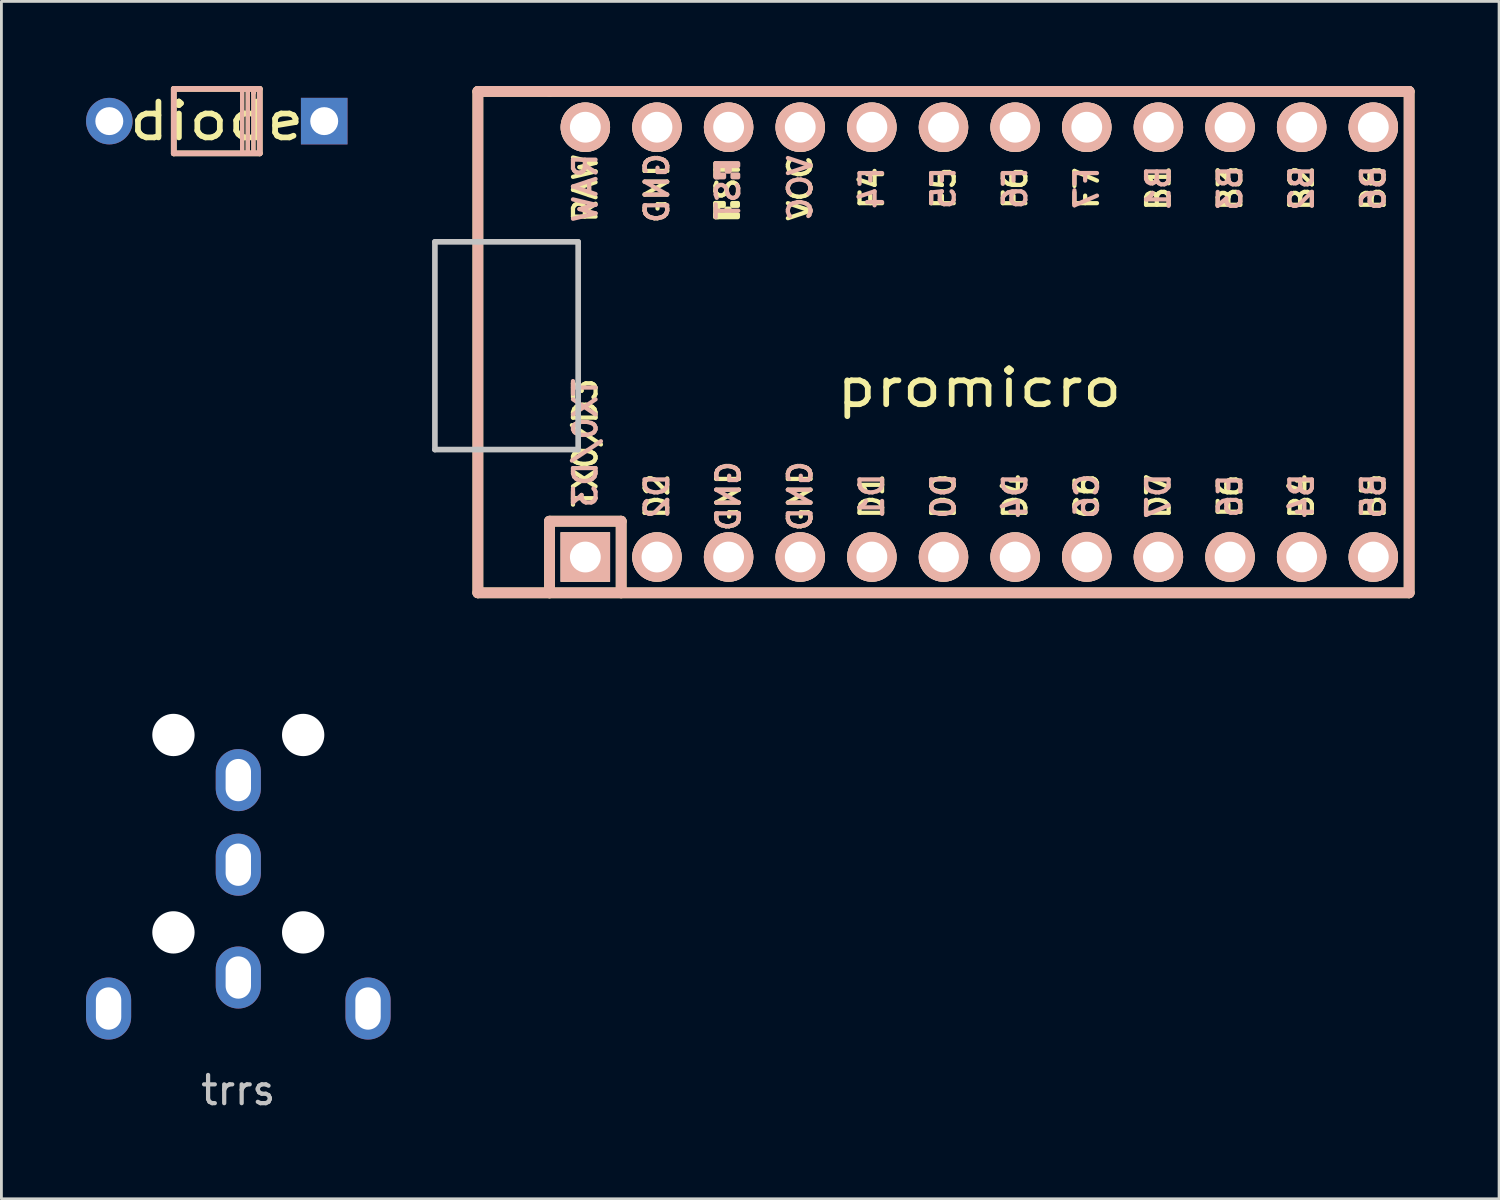
<source format=kicad_pcb>
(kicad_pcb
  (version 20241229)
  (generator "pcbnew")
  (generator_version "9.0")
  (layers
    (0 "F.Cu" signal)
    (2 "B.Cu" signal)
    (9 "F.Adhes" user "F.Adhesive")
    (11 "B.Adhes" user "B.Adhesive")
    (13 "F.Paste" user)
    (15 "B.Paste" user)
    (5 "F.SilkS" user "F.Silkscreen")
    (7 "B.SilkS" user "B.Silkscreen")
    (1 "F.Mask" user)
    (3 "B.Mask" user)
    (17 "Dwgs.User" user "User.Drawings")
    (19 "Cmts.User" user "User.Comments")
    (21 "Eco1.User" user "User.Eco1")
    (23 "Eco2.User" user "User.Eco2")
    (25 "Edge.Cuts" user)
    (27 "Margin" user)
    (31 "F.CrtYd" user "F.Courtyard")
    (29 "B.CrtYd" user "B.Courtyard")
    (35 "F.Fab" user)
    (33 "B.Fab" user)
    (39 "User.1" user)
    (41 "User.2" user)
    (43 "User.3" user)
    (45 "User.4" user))
  (footprint "diode"
    (layer "F.Cu")
    (at 4.636 1.245)
    (property "Reference" "diode" (at 0 0 0) (layer "F.SilkS") (effects (font (size 1.27 1.524) (thickness 0.203))))
    (attr through_hole)
    (fp_line (start -1.524 -1.143) (end 1.524 -1.143) (stroke (width 0.203) (type solid)) (layer "F.SilkS"))
    (fp_line (start -1.524 1.143) (end -1.524 -1.143) (stroke (width 0.203) (type solid)) (layer "F.SilkS"))
    (fp_line (start 0.9 1.1) (end 0.9 -1.1) (stroke (width 0.15) (type solid)) (layer "F.SilkS"))
    (fp_line (start 1.1 -1.1) (end 1.1 1.1) (stroke (width 0.15) (type solid)) (layer "F.SilkS"))
    (fp_line (start 1.3 -1.1) (end 1.3 -1) (stroke (width 0.15) (type solid)) (layer "F.SilkS"))
    (fp_line (start 1.3 -1) (end 1.3 -1.1) (stroke (width 0.15) (type solid)) (layer "F.SilkS"))
    (fp_line (start 1.3 1.1) (end 1.3 -1) (stroke (width 0.15) (type solid)) (layer "F.SilkS"))
    (fp_line (start 1.524 -1.143) (end 1.524 1.143) (stroke (width 0.203) (type solid)) (layer "F.SilkS"))
    (fp_line (start 1.524 1.143) (end -1.524 1.143) (stroke (width 0.203) (type solid)) (layer "F.SilkS"))
    (fp_line (start -1.524 -1.143) (end 1.524 -1.143) (stroke (width 0.203) (type solid)) (layer "B.SilkS"))
    (fp_line (start -1.524 1.143) (end -1.524 -1.143) (stroke (width 0.203) (type solid)) (layer "B.SilkS"))
    (fp_line (start 0.9 1.1) (end 0.9 -1.1) (stroke (width 0.15) (type solid)) (layer "B.SilkS"))
    (fp_line (start 1.1 -1.1) (end 1.1 1.1) (stroke (width 0.15) (type solid)) (layer "B.SilkS"))
    (fp_line (start 1.3 -1.1) (end 1.3 -1) (stroke (width 0.15) (type solid)) (layer "B.SilkS"))
    (fp_line (start 1.3 -1) (end 1.3 -1.1) (stroke (width 0.15) (type solid)) (layer "B.SilkS"))
    (fp_line (start 1.3 1.1) (end 1.3 -1) (stroke (width 0.15) (type solid)) (layer "B.SilkS"))
    (fp_line (start 1.524 -1.143) (end 1.524 1.143) (stroke (width 0.203) (type solid)) (layer "B.SilkS"))
    (fp_line (start 1.524 1.143) (end -1.524 1.143) (stroke (width 0.203) (type solid)) (layer "B.SilkS"))
    (pad "1" thru_hole rect (at 3.81 0) (size 1.651 1.651) (drill 0.991) (layers "*.Cu" "*.Mask"))
    (pad "2" thru_hole circle (at -3.81 0) (size 1.651 1.651) (drill 0.991) (layers "*.Cu" "*.Mask")))
  (footprint "promicro"
    (layer "F.Cu")
    (at 31.675 9.081)
    (property "Reference" "promicro" (at 0 1.625 0) (layer "F.SilkS") (effects (font (size 1.27 1.524) (thickness 0.203))))
    (attr through_hole)
    (fp_line (start -17.78 -8.89) (end -17.78 8.89) (stroke (width 0.381) (type solid)) (layer "F.SilkS"))
    (fp_line (start -17.78 8.89) (end -15.24 8.89) (stroke (width 0.381) (type solid)) (layer "F.SilkS"))
    (fp_line (start -15.24 -8.89) (end -17.78 -8.89) (stroke (width 0.381) (type solid)) (layer "F.SilkS"))
    (fp_line (start -15.24 6.35) (end -15.24 8.89) (stroke (width 0.381) (type solid)) (layer "F.SilkS"))
    (fp_line (start -15.24 6.35) (end -12.7 6.35) (stroke (width 0.381) (type solid)) (layer "F.SilkS"))
    (fp_line (start -15.24 8.89) (end 15.24 8.89) (stroke (width 0.381) (type solid)) (layer "F.SilkS"))
    (fp_line (start -12.7 6.35) (end -12.7 8.89) (stroke (width 0.381) (type solid)) (layer "F.SilkS"))
    (fp_line (start 15.24 -8.89) (end -15.24 -8.89) (stroke (width 0.381) (type solid)) (layer "F.SilkS"))
    (fp_line (start 15.24 8.89) (end 15.24 -8.89) (stroke (width 0.381) (type solid)) (layer "F.SilkS"))
    (fp_poly (pts (xy -9.361 -4.932) (xy -9.261 -4.932) (xy -9.261 -4.432) (xy -9.361 -4.432)) (stroke (width 0.15) (type solid)) (fill yes) (layer "F.SilkS"))
    (fp_poly (pts (xy -9.361 -4.932) (xy -9.061 -4.932) (xy -9.061 -4.832) (xy -9.361 -4.832)) (stroke (width 0.15) (type solid)) (fill yes) (layer "F.SilkS"))
    (fp_poly (pts (xy -9.361 -4.532) (xy -8.561 -4.532) (xy -8.561 -4.432) (xy -9.361 -4.432)) (stroke (width 0.15) (type solid)) (fill yes) (layer "F.SilkS"))
    (fp_poly (pts (xy -8.961 -4.732) (xy -8.861 -4.732) (xy -8.861 -4.632) (xy -8.961 -4.632)) (stroke (width 0.15) (type solid)) (fill yes) (layer "F.SilkS"))
    (fp_poly (pts (xy -8.761 -4.932) (xy -8.561 -4.932) (xy -8.561 -4.832) (xy -8.761 -4.832)) (stroke (width 0.15) (type solid)) (fill yes) (layer "F.SilkS"))
    (fp_line (start -17.78 -8.89) (end -17.78 8.89) (stroke (width 0.381) (type solid)) (layer "B.SilkS"))
    (fp_line (start -17.78 8.89) (end 15.24 8.89) (stroke (width 0.381) (type solid)) (layer "B.SilkS"))
    (fp_line (start -15.24 6.35) (end -15.24 8.89) (stroke (width 0.381) (type solid)) (layer "B.SilkS"))
    (fp_line (start -15.24 6.35) (end -12.7 6.35) (stroke (width 0.381) (type solid)) (layer "B.SilkS"))
    (fp_line (start -12.7 6.35) (end -12.7 8.89) (stroke (width 0.381) (type solid)) (layer "B.SilkS"))
    (fp_line (start 15.24 -8.89) (end -17.78 -8.89) (stroke (width 0.381) (type solid)) (layer "B.SilkS"))
    (fp_line (start 15.24 8.89) (end 15.24 -8.89) (stroke (width 0.381) (type solid)) (layer "B.SilkS"))
    (fp_poly (pts (xy -9.351 -6.245) (xy -8.551 -6.245) (xy -8.551 -6.345) (xy -9.351 -6.345)) (stroke (width 0.15) (type solid)) (fill yes) (layer "B.SilkS"))
    (fp_poly (pts (xy -9.351 -5.845) (xy -9.251 -5.845) (xy -9.251 -6.345) (xy -9.351 -6.345)) (stroke (width 0.15) (type solid)) (fill yes) (layer "B.SilkS"))
    (fp_poly (pts (xy -9.351 -5.845) (xy -9.051 -5.845) (xy -9.051 -5.945) (xy -9.351 -5.945)) (stroke (width 0.15) (type solid)) (fill yes) (layer "B.SilkS"))
    (fp_poly (pts (xy -8.951 -6.045) (xy -8.851 -6.045) (xy -8.851 -6.145) (xy -8.951 -6.145)) (stroke (width 0.15) (type solid)) (fill yes) (layer "B.SilkS"))
    (fp_poly (pts (xy -8.751 -5.845) (xy -8.551 -5.845) (xy -8.551 -5.945) (xy -8.751 -5.945)) (stroke (width 0.15) (type solid)) (fill yes) (layer "B.SilkS"))
    (fp_line (start -19.304 -3.556) (end -14.224 -3.556) (stroke (width 0.2) (type solid)) (layer "Dwgs.User"))
    (fp_line (start -19.304 3.81) (end -19.304 -3.556) (stroke (width 0.2) (type solid)) (layer "Dwgs.User"))
    (fp_line (start -14.224 -3.556) (end -14.224 3.81) (stroke (width 0.2) (type solid)) (layer "Dwgs.User"))
    (fp_line (start -14.224 3.81) (end -19.304 3.81) (stroke (width 0.2) (type solid)) (layer "Dwgs.User"))
    (fp_text user "C6" (at 3.81 5.461 90) (layer "F.SilkS") (effects (font (size 0.8 0.8) (thickness 0.15))))
    (fp_text user "B6" (at 13.97 -5.461 90) (layer "F.SilkS") (effects (font (size 0.8 0.8) (thickness 0.15))))
    (fp_text user "TX0/D3" (at -13.97 3.572 90) (layer "F.SilkS") (effects (font (size 0.8 0.8) (thickness 0.15))))
    (fp_text user "D2" (at -11.43 5.461 90) (layer "F.SilkS") (effects (font (size 0.8 0.8) (thickness 0.15))))
    (fp_text user "B2" (at 11.43 -5.461 90) (layer "F.SilkS") (effects (font (size 0.8 0.8) (thickness 0.15))))
    (fp_text user "GND" (at -6.35 5.461 90) (layer "F.SilkS") (effects (font (size 0.8 0.8) (thickness 0.15))))
    (fp_text user "F4" (at -3.81 -5.461 90) (layer "F.SilkS") (effects (font (size 0.8 0.8) (thickness 0.15))))
    (fp_text user "GND" (at -11.43 -5.461 90) (layer "F.SilkS") (effects (font (size 0.8 0.8) (thickness 0.15))))
    (fp_text user "GND" (at -8.89 5.461 90) (layer "F.SilkS") (effects (font (size 0.8 0.8) (thickness 0.15))))
    (fp_text user "F7" (at 3.81 -5.461 90) (layer "F.SilkS") (effects (font (size 0.8 0.8) (thickness 0.15))))
    (fp_text user "ST" (at -8.92 -5.733 90) (layer "F.SilkS") (effects (font (size 0.8 0.8) (thickness 0.15))))
    (fp_text user "B5" (at 13.97 5.461 90) (layer "F.SilkS") (effects (font (size 0.8 0.8) (thickness 0.15))))
    (fp_text user "D0" (at -1.27 5.461 90) (layer "F.SilkS") (effects (font (size 0.8 0.8) (thickness 0.15))))
    (fp_text user "D7" (at 6.35 5.461 90) (layer "F.SilkS") (effects (font (size 0.8 0.8) (thickness 0.15))))
    (fp_text user "D1" (at -3.81 5.461 90) (layer "F.SilkS") (effects (font (size 0.8 0.8) (thickness 0.15))))
    (fp_text user "B4" (at 11.43 5.461 90) (layer "F.SilkS") (effects (font (size 0.8 0.8) (thickness 0.15))))
    (fp_text user "VCC" (at -6.35 -5.461 90) (layer "F.SilkS") (effects (font (size 0.8 0.8) (thickness 0.15))))
    (fp_text user "F5" (at -1.27 -5.461 90) (layer "F.SilkS") (effects (font (size 0.8 0.8) (thickness 0.15))))
    (fp_text user "RAW" (at -13.97 -5.461 90) (layer "F.SilkS") (effects (font (size 0.8 0.8) (thickness 0.15))))
    (fp_text user "E6" (at 8.89 5.461 90) (layer "F.SilkS") (effects (font (size 0.8 0.8) (thickness 0.15))))
    (fp_text user "D4" (at 1.27 5.461 90) (layer "F.SilkS") (effects (font (size 0.8 0.8) (thickness 0.15))))
    (fp_text user "B1" (at 6.35 -5.461 90) (layer "F.SilkS") (effects (font (size 0.8 0.8) (thickness 0.15))))
    (fp_text user "B3" (at 8.89 -5.461 90) (layer "F.SilkS") (effects (font (size 0.8 0.8) (thickness 0.15))))
    (fp_text user "F6" (at 1.27 -5.461 90) (layer "F.SilkS") (effects (font (size 0.8 0.8) (thickness 0.15))))
    (fp_text user "D0" (at -1.27 5.461 90) (layer "B.SilkS") (effects (font (size 0.8 0.8) (thickness 0.15)) (justify mirror)))
    (fp_text user "B6" (at 13.97 -5.461 90) (layer "B.SilkS") (effects (font (size 0.8 0.8) (thickness 0.15)) (justify mirror)))
    (fp_text user "D1" (at -3.81 5.461 90) (layer "B.SilkS") (effects (font (size 0.8 0.8) (thickness 0.15)) (justify mirror)))
    (fp_text user "F5" (at -1.27 -5.461 90) (layer "B.SilkS") (effects (font (size 0.8 0.8) (thickness 0.15)) (justify mirror)))
    (fp_text user "D2" (at -11.43 5.461 90) (layer "B.SilkS") (effects (font (size 0.8 0.8) (thickness 0.15)) (justify mirror)))
    (fp_text user "F6" (at 1.27 -5.461 90) (layer "B.SilkS") (effects (font (size 0.8 0.8) (thickness 0.15)) (justify mirror)))
    (fp_text user "TX0/D3" (at -13.97 3.572 90) (layer "B.SilkS") (effects (font (size 0.8 0.8) (thickness 0.15)) (justify mirror)))
    (fp_text user "D7" (at 6.35 5.461 90) (layer "B.SilkS") (effects (font (size 0.8 0.8) (thickness 0.15)) (justify mirror)))
    (fp_text user "B2" (at 11.43 -5.461 90) (layer "B.SilkS") (effects (font (size 0.8 0.8) (thickness 0.15)) (justify mirror)))
    (fp_text user "E6" (at 8.89 5.461 90) (layer "B.SilkS") (effects (font (size 0.8 0.8) (thickness 0.15)) (justify mirror)))
    (fp_text user "F7" (at 3.81 -5.461 90) (layer "B.SilkS") (effects (font (size 0.8 0.8) (thickness 0.15)) (justify mirror)))
    (fp_text user "GND" (at -6.35 5.461 90) (layer "B.SilkS") (effects (font (size 0.8 0.8) (thickness 0.15)) (justify mirror)))
    (fp_text user "B4" (at 11.43 5.461 90) (layer "B.SilkS") (effects (font (size 0.8 0.8) (thickness 0.15)) (justify mirror)))
    (fp_text user "B5" (at 13.97 5.461 90) (layer "B.SilkS") (effects (font (size 0.8 0.8) (thickness 0.15)) (justify mirror)))
    (fp_text user "VCC" (at -6.35 -5.461 90) (layer "B.SilkS") (effects (font (size 0.8 0.8) (thickness 0.15)) (justify mirror)))
    (fp_text user "D4" (at 1.27 5.461 90) (layer "B.SilkS") (effects (font (size 0.8 0.8) (thickness 0.15)) (justify mirror)))
    (fp_text user "F4" (at -3.81 -5.461 90) (layer "B.SilkS") (effects (font (size 0.8 0.8) (thickness 0.15)) (justify mirror)))
    (fp_text user "ST" (at -8.91 -5.04 90) (layer "B.SilkS") (effects (font (size 0.8 0.8) (thickness 0.15)) (justify mirror)))
    (fp_text user "GND" (at -8.89 5.461 90) (layer "B.SilkS") (effects (font (size 0.8 0.8) (thickness 0.15)) (justify mirror)))
    (fp_text user "RAW" (at -13.97 -5.461 90) (layer "B.SilkS") (effects (font (size 0.8 0.8) (thickness 0.15)) (justify mirror)))
    (fp_text user "B1" (at 6.35 -5.461 90) (layer "B.SilkS") (effects (font (size 0.8 0.8) (thickness 0.15)) (justify mirror)))
    (fp_text user "C6" (at 3.81 5.461 90) (layer "B.SilkS") (effects (font (size 0.8 0.8) (thickness 0.15)) (justify mirror)))
    (fp_text user "B3" (at 8.89 -5.461 90) (layer "B.SilkS") (effects (font (size 0.8 0.8) (thickness 0.15)) (justify mirror)))
    (fp_text user "GND" (at -11.43 -5.461 90) (layer "B.SilkS") (effects (font (size 0.8 0.8) (thickness 0.15)) (justify mirror)))
    (pad "1" thru_hole rect (at -13.97 7.62) (size 1.753 1.753) (drill 1.092) (layers "*.Cu" "*.SilkS" "*.Mask"))
    (pad "2" thru_hole circle (at -11.43 7.62) (size 1.753 1.753) (drill 1.092) (layers "*.Cu" "*.SilkS" "*.Mask"))
    (pad "3" thru_hole circle (at -8.89 7.62) (size 1.753 1.753) (drill 1.092) (layers "*.Cu" "*.SilkS" "*.Mask"))
    (pad "4" thru_hole circle (at -6.35 7.62) (size 1.753 1.753) (drill 1.092) (layers "*.Cu" "*.SilkS" "*.Mask"))
    (pad "5" thru_hole circle (at -3.81 7.62) (size 1.753 1.753) (drill 1.092) (layers "*.Cu" "*.SilkS" "*.Mask"))
    (pad "6" thru_hole circle (at -1.27 7.62) (size 1.753 1.753) (drill 1.092) (layers "*.Cu" "*.SilkS" "*.Mask"))
    (pad "7" thru_hole circle (at 1.27 7.62) (size 1.753 1.753) (drill 1.092) (layers "*.Cu" "*.SilkS" "*.Mask"))
    (pad "8" thru_hole circle (at 3.81 7.62) (size 1.753 1.753) (drill 1.092) (layers "*.Cu" "*.SilkS" "*.Mask"))
    (pad "9" thru_hole circle (at 6.35 7.62) (size 1.753 1.753) (drill 1.092) (layers "*.Cu" "*.SilkS" "*.Mask"))
    (pad "10" thru_hole circle (at 8.89 7.62) (size 1.753 1.753) (drill 1.092) (layers "*.Cu" "*.SilkS" "*.Mask"))
    (pad "11" thru_hole circle (at 11.43 7.62) (size 1.753 1.753) (drill 1.092) (layers "*.Cu" "*.SilkS" "*.Mask"))
    (pad "12" thru_hole circle (at 13.97 7.62) (size 1.753 1.753) (drill 1.092) (layers "*.Cu" "*.SilkS" "*.Mask"))
    (pad "13" thru_hole circle (at 13.97 -7.62) (size 1.753 1.753) (drill 1.092) (layers "*.Cu" "*.SilkS" "*.Mask"))
    (pad "14" thru_hole circle (at 11.43 -7.62) (size 1.753 1.753) (drill 1.092) (layers "*.Cu" "*.SilkS" "*.Mask"))
    (pad "15" thru_hole circle (at 8.89 -7.62) (size 1.753 1.753) (drill 1.092) (layers "*.Cu" "*.SilkS" "*.Mask"))
    (pad "16" thru_hole circle (at 6.35 -7.62) (size 1.753 1.753) (drill 1.092) (layers "*.Cu" "*.SilkS" "*.Mask"))
    (pad "17" thru_hole circle (at 3.81 -7.62) (size 1.753 1.753) (drill 1.092) (layers "*.Cu" "*.SilkS" "*.Mask"))
    (pad "18" thru_hole circle (at 1.27 -7.62) (size 1.753 1.753) (drill 1.092) (layers "*.Cu" "*.SilkS" "*.Mask"))
    (pad "19" thru_hole circle (at -1.27 -7.62) (size 1.753 1.753) (drill 1.092) (layers "*.Cu" "*.SilkS" "*.Mask"))
    (pad "20" thru_hole circle (at -3.81 -7.62) (size 1.753 1.753) (drill 1.092) (layers "*.Cu" "*.SilkS" "*.Mask"))
    (pad "21" thru_hole circle (at -6.35 -7.62) (size 1.753 1.753) (drill 1.092) (layers "*.Cu" "*.SilkS" "*.Mask"))
    (pad "22" thru_hole circle (at -8.89 -7.62) (size 1.753 1.753) (drill 1.092) (layers "*.Cu" "*.SilkS" "*.Mask"))
    (pad "23" thru_hole circle (at -11.43 -7.62) (size 1.753 1.753) (drill 1.092) (layers "*.Cu" "*.SilkS" "*.Mask"))
    (pad "24" thru_hole circle (at -13.97 -7.62) (size 1.753 1.753) (drill 1.092) (layers "*.Cu" "*.SilkS" "*.Mask")))
  (footprint "trrs"
    (layer "F.Cu")
    (at 5.4 21.411)
    (property "Reference" "trrs" (at 0 14.2 0) (layer "Dwgs.User") (effects (font (size 1 1) (thickness 0.15))))
    (attr through_hole)
    (pad "" np_thru_hole circle (at -2.3 1.6) (size 1.5 1.5) (drill 1.5) (layers "*.Cu" "*.Mask"))
    (pad "" np_thru_hole circle (at -2.3 8.6) (size 1.5 1.5) (drill 1.5) (layers "*.Cu" "*.Mask"))
    (pad "" np_thru_hole circle (at 2.3 1.6) (size 1.5 1.5) (drill 1.5) (layers "*.Cu" "*.Mask"))
    (pad "" np_thru_hole circle (at 2.3 8.6) (size 1.5 1.5) (drill 1.5) (layers "*.Cu" "*.Mask"))
    (pad "1" thru_hole oval (at -4.6 11.3) (size 1.6 2.2) (drill oval 0.9 1.5) (layers "*.Cu" "*.Mask"))
    (pad "1" thru_hole oval (at 4.6 11.3) (size 1.6 2.2) (drill oval 0.9 1.5) (layers "*.Cu" "*.Mask"))
    (pad "2" thru_hole oval (at 0 10.2) (size 1.6 2.2) (drill oval 0.9 1.5) (layers "*.Cu" "*.Mask"))
    (pad "3" thru_hole oval (at 0 6.2) (size 1.6 2.2) (drill oval 0.9 1.5) (layers "*.Cu" "*.Mask"))
    (pad "4" thru_hole oval (at 0 3.2) (size 1.6 2.2) (drill oval 0.9 1.5) (layers "*.Cu" "*.Mask")))
  (gr_rect
    (start -3 -3)
    (end 50.105 39.459)
    (stroke (width 0.1) (type default))
    (fill no)
    (layer "Edge.Cuts")))
</source>
